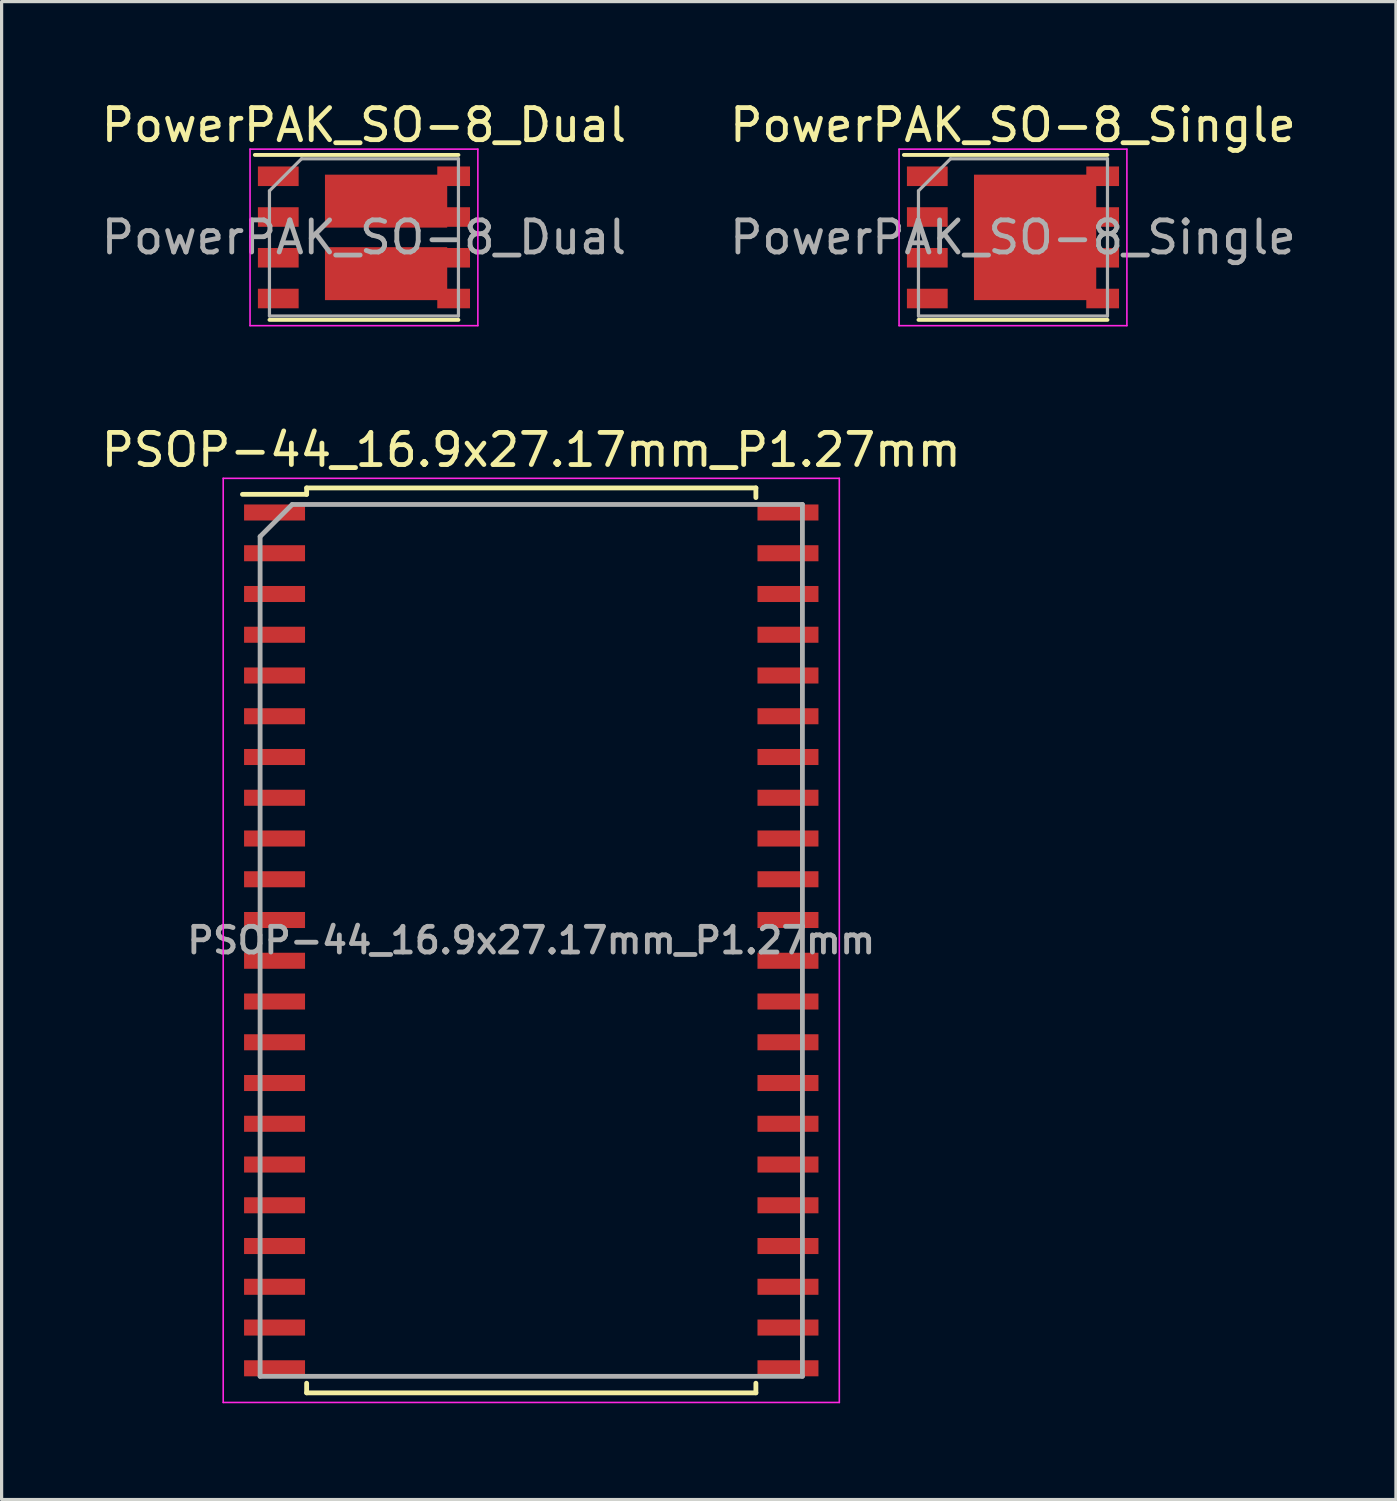
<source format=kicad_pcb>
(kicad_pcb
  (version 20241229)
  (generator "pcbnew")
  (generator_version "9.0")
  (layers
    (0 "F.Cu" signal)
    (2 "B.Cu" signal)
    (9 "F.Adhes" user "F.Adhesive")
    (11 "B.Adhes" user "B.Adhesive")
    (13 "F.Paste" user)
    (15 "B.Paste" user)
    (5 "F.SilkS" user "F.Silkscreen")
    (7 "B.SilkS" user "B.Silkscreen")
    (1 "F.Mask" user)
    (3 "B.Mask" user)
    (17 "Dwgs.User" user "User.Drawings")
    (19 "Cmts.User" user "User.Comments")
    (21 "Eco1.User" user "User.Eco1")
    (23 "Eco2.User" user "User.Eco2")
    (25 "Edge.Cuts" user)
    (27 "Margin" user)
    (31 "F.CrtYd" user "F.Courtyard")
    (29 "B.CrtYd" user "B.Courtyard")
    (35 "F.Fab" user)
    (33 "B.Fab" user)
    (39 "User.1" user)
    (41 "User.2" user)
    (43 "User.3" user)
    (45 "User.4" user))
  (footprint "PowerPAK_SO-8_Dual"
    (layer "F.Cu")
    (at 8.292 4.348)
    (property "Reference" "PowerPAK_SO-8_Dual" (at 0 -3.5 0) (layer "F.SilkS") (effects (font (size 1 1) (thickness 0.15))))
    (attr smd)
    (fp_line (start -3.4 -2.57) (end 2.945 -2.57) (stroke (width 0.12) (type solid)) (layer "F.SilkS"))
    (fp_line (start -2.945 2.57) (end 2.945 2.57) (stroke (width 0.12) (type solid)) (layer "F.SilkS"))
    (fp_line (start -3.55 -2.75) (end -3.55 2.75) (stroke (width 0.05) (type solid)) (layer "F.CrtYd"))
    (fp_line (start -3.55 -2.75) (end 3.55 -2.75) (stroke (width 0.05) (type solid)) (layer "F.CrtYd"))
    (fp_line (start -3.55 2.75) (end 3.55 2.75) (stroke (width 0.05) (type solid)) (layer "F.CrtYd"))
    (fp_line (start 3.55 -2.75) (end 3.55 2.75) (stroke (width 0.05) (type solid)) (layer "F.CrtYd"))
    (fp_line (start -2.945 2.45) (end -2.945 -1.45) (stroke (width 0.1) (type solid)) (layer "F.Fab"))
    (fp_line (start -1.945 -2.45) (end -2.945 -1.45) (stroke (width 0.1) (type solid)) (layer "F.Fab"))
    (fp_line (start -1.945 -2.45) (end 2.945 -2.45) (stroke (width 0.1) (type solid)) (layer "F.Fab"))
    (fp_line (start 2.945 -2.45) (end 2.945 2.45) (stroke (width 0.1) (type solid)) (layer "F.Fab"))
    (fp_line (start 2.945 2.45) (end -2.945 2.45) (stroke (width 0.1) (type solid)) (layer "F.Fab"))
    (fp_text user "${REFERENCE}" (at 0 0 0) (layer "F.Fab") (effects (font (size 1 1) (thickness 0.15))))
    (pad "1" smd rect (at -2.67 -1.905) (size 1.27 0.61) (layers "F.Cu" "F.Mask" "F.Paste"))
    (pad "2" smd rect (at -2.67 -0.635) (size 1.27 0.61) (layers "F.Cu" "F.Mask" "F.Paste"))
    (pad "3" smd rect (at -2.67 0.635) (size 1.27 0.61) (layers "F.Cu" "F.Mask" "F.Paste"))
    (pad "4" smd rect (at -2.67 1.905) (size 1.27 0.61) (layers "F.Cu" "F.Mask" "F.Paste"))
    (pad "5" smd rect (at 0.69 -1.13) (size 3.81 1.65) (layers "F.Cu" "F.Mask" "F.Paste"))
    (pad "5" smd rect (at 2.795 -1.905) (size 1.02 0.61) (layers "F.Cu" "F.Mask" "F.Paste"))
    (pad "5" smd rect (at 2.795 -0.635) (size 1.02 0.61) (layers "F.Cu" "F.Mask" "F.Paste"))
    (pad "6" smd rect (at 0.69 1.13) (size 3.81 1.65) (layers "F.Cu" "F.Mask" "F.Paste"))
    (pad "6" smd rect (at 2.795 0.635) (size 1.02 0.61) (layers "F.Cu" "F.Mask" "F.Paste"))
    (pad "6" smd rect (at 2.795 1.905) (size 1.02 0.61) (layers "F.Cu" "F.Mask" "F.Paste")))
  (footprint "PowerPAK_SO-8_Single"
    (layer "F.Cu")
    (at 28.518 4.348)
    (property "Reference" "PowerPAK_SO-8_Single" (at 0 -3.5 0) (layer "F.SilkS") (effects (font (size 1 1) (thickness 0.15))))
    (attr smd)
    (fp_line (start -3.4 -2.57) (end 2.945 -2.57) (stroke (width 0.12) (type solid)) (layer "F.SilkS"))
    (fp_line (start -2.945 2.57) (end 2.945 2.57) (stroke (width 0.12) (type solid)) (layer "F.SilkS"))
    (fp_line (start -3.55 -2.75) (end -3.55 2.75) (stroke (width 0.05) (type solid)) (layer "F.CrtYd"))
    (fp_line (start -3.55 -2.75) (end 3.55 -2.75) (stroke (width 0.05) (type solid)) (layer "F.CrtYd"))
    (fp_line (start -3.55 2.75) (end 3.55 2.75) (stroke (width 0.05) (type solid)) (layer "F.CrtYd"))
    (fp_line (start 3.55 -2.75) (end 3.55 2.75) (stroke (width 0.05) (type solid)) (layer "F.CrtYd"))
    (fp_line (start -2.945 2.45) (end -2.945 -1.45) (stroke (width 0.1) (type solid)) (layer "F.Fab"))
    (fp_line (start -1.945 -2.45) (end -2.945 -1.45) (stroke (width 0.1) (type solid)) (layer "F.Fab"))
    (fp_line (start -1.945 -2.45) (end 2.945 -2.45) (stroke (width 0.1) (type solid)) (layer "F.Fab"))
    (fp_line (start 2.945 -2.45) (end 2.945 2.45) (stroke (width 0.1) (type solid)) (layer "F.Fab"))
    (fp_line (start 2.945 2.45) (end -2.945 2.45) (stroke (width 0.1) (type solid)) (layer "F.Fab"))
    (fp_text user "${REFERENCE}" (at 0 0 0) (layer "F.Fab") (effects (font (size 1 1) (thickness 0.15))))
    (pad "1" smd rect (at -2.67 -1.905) (size 1.27 0.61) (layers "F.Cu" "F.Mask" "F.Paste"))
    (pad "2" smd rect (at -2.67 -0.635) (size 1.27 0.61) (layers "F.Cu" "F.Mask" "F.Paste"))
    (pad "3" smd rect (at -2.67 0.635) (size 1.27 0.61) (layers "F.Cu" "F.Mask" "F.Paste"))
    (pad "4" smd rect (at -2.67 1.905) (size 1.27 0.61) (layers "F.Cu" "F.Mask" "F.Paste"))
    (pad "5" smd rect (at 0.69 0) (size 3.81 3.91) (layers "F.Cu" "F.Mask" "F.Paste"))
    (pad "5" smd rect (at 2.795 -1.905) (size 1.02 0.61) (layers "F.Cu" "F.Mask" "F.Paste"))
    (pad "5" smd rect (at 2.795 -0.635) (size 1.02 0.61) (layers "F.Cu" "F.Mask" "F.Paste"))
    (pad "5" smd rect (at 2.795 0.635) (size 1.02 0.61) (layers "F.Cu" "F.Mask" "F.Paste"))
    (pad "5" smd rect (at 2.795 1.905) (size 1.02 0.61) (layers "F.Cu" "F.Mask" "F.Paste")))
  (footprint "PSOP-44_16.9x27.17mm_P1.27mm"
    (layer "F.Cu")
    (at 13.506 26.256)
    (property "Reference" "PSOP-44_16.9x27.17mm_P1.27mm" (at 0 -15.285 0) (layer "F.SilkS") (effects (font (size 1 1) (thickness 0.15))))
    (attr smd)
    (fp_line (start -7 -14.1) (end -7 -13.9) (stroke (width 0.15) (type solid)) (layer "F.SilkS"))
    (fp_line (start -7 -14.1) (end 7 -14.1) (stroke (width 0.15) (type solid)) (layer "F.SilkS"))
    (fp_line (start -7 -13.9) (end -9 -13.9) (stroke (width 0.15) (type solid)) (layer "F.SilkS"))
    (fp_line (start -7 13.8) (end -7 14.1) (stroke (width 0.15) (type solid)) (layer "F.SilkS"))
    (fp_line (start -7 14.1) (end 7 14.1) (stroke (width 0.15) (type solid)) (layer "F.SilkS"))
    (fp_line (start 7 -14.1) (end 7 -13.8) (stroke (width 0.15) (type solid)) (layer "F.SilkS"))
    (fp_line (start 7 13.8) (end 7 14.1) (stroke (width 0.15) (type solid)) (layer "F.SilkS"))
    (fp_line (start -9.6 -14.4) (end -9.6 14.4) (stroke (width 0.05) (type solid)) (layer "F.CrtYd"))
    (fp_line (start -9.6 -14.4) (end 9.6 -14.4) (stroke (width 0.05) (type solid)) (layer "F.CrtYd"))
    (fp_line (start -9.6 14.4) (end 9.6 14.4) (stroke (width 0.05) (type solid)) (layer "F.CrtYd"))
    (fp_line (start 9.6 -14.4) (end 9.6 14.4) (stroke (width 0.05) (type solid)) (layer "F.CrtYd"))
    (fp_line (start -8.45 -12.585) (end -7.45 -13.585) (stroke (width 0.15) (type solid)) (layer "F.Fab"))
    (fp_line (start -8.45 13.585) (end -8.45 -12.585) (stroke (width 0.15) (type solid)) (layer "F.Fab"))
    (fp_line (start -7.45 -13.585) (end 8.45 -13.585) (stroke (width 0.15) (type solid)) (layer "F.Fab"))
    (fp_line (start 8.45 -13.585) (end 8.45 13.585) (stroke (width 0.15) (type solid)) (layer "F.Fab"))
    (fp_line (start 8.45 13.585) (end -8.45 13.585) (stroke (width 0.15) (type solid)) (layer "F.Fab"))
    (fp_text user "${REFERENCE}" (at 0 0 0) (layer "F.Fab") (effects (font (size 0.8 0.8) (thickness 0.15))))
    (pad "1" smd rect (at -8 -13.335 270) (size 0.5 1.9) (layers "F.Cu" "F.Mask" "F.Paste"))
    (pad "2" smd rect (at -8 -12.065 270) (size 0.5 1.9) (layers "F.Cu" "F.Mask" "F.Paste"))
    (pad "3" smd rect (at -8 -10.795 270) (size 0.5 1.9) (layers "F.Cu" "F.Mask" "F.Paste"))
    (pad "4" smd rect (at -8 -9.525 270) (size 0.5 1.9) (layers "F.Cu" "F.Mask" "F.Paste"))
    (pad "5" smd rect (at -8 -8.255 270) (size 0.5 1.9) (layers "F.Cu" "F.Mask" "F.Paste"))
    (pad "6" smd rect (at -8 -6.985 270) (size 0.5 1.9) (layers "F.Cu" "F.Mask" "F.Paste"))
    (pad "7" smd rect (at -8 -5.715 270) (size 0.5 1.9) (layers "F.Cu" "F.Mask" "F.Paste"))
    (pad "8" smd rect (at -8 -4.445 270) (size 0.5 1.9) (layers "F.Cu" "F.Mask" "F.Paste"))
    (pad "9" smd rect (at -8 -3.175 270) (size 0.5 1.9) (layers "F.Cu" "F.Mask" "F.Paste"))
    (pad "10" smd rect (at -8 -1.905 270) (size 0.5 1.9) (layers "F.Cu" "F.Mask" "F.Paste"))
    (pad "11" smd rect (at -8 -0.635 270) (size 0.5 1.9) (layers "F.Cu" "F.Mask" "F.Paste"))
    (pad "12" smd rect (at -8 0.635 270) (size 0.5 1.9) (layers "F.Cu" "F.Mask" "F.Paste"))
    (pad "13" smd rect (at -8 1.905 270) (size 0.5 1.9) (layers "F.Cu" "F.Mask" "F.Paste"))
    (pad "14" smd rect (at -8 3.175 270) (size 0.5 1.9) (layers "F.Cu" "F.Mask" "F.Paste"))
    (pad "15" smd rect (at -8 4.445 270) (size 0.5 1.9) (layers "F.Cu" "F.Mask" "F.Paste"))
    (pad "16" smd rect (at -8 5.715 270) (size 0.5 1.9) (layers "F.Cu" "F.Mask" "F.Paste"))
    (pad "17" smd rect (at -8 6.985 270) (size 0.5 1.9) (layers "F.Cu" "F.Mask" "F.Paste"))
    (pad "18" smd rect (at -8 8.255 270) (size 0.5 1.9) (layers "F.Cu" "F.Mask" "F.Paste"))
    (pad "19" smd rect (at -8 9.525 270) (size 0.5 1.9) (layers "F.Cu" "F.Mask" "F.Paste"))
    (pad "20" smd rect (at -8 10.795 270) (size 0.5 1.9) (layers "F.Cu" "F.Mask" "F.Paste"))
    (pad "21" smd rect (at -8 12.065 270) (size 0.5 1.9) (layers "F.Cu" "F.Mask" "F.Paste"))
    (pad "22" smd rect (at -8 13.335 270) (size 0.5 1.9) (layers "F.Cu" "F.Mask" "F.Paste"))
    (pad "23" smd rect (at 8 13.335 270) (size 0.5 1.9) (layers "F.Cu" "F.Mask" "F.Paste"))
    (pad "24" smd rect (at 8 12.065 270) (size 0.5 1.9) (layers "F.Cu" "F.Mask" "F.Paste"))
    (pad "25" smd rect (at 8 10.795 270) (size 0.5 1.9) (layers "F.Cu" "F.Mask" "F.Paste"))
    (pad "26" smd rect (at 8 9.525 270) (size 0.5 1.9) (layers "F.Cu" "F.Mask" "F.Paste"))
    (pad "27" smd rect (at 8 8.255 270) (size 0.5 1.9) (layers "F.Cu" "F.Mask" "F.Paste"))
    (pad "28" smd rect (at 8 6.985 270) (size 0.5 1.9) (layers "F.Cu" "F.Mask" "F.Paste"))
    (pad "29" smd rect (at 8 5.715 270) (size 0.5 1.9) (layers "F.Cu" "F.Mask" "F.Paste"))
    (pad "30" smd rect (at 8 4.445 270) (size 0.5 1.9) (layers "F.Cu" "F.Mask" "F.Paste"))
    (pad "31" smd rect (at 8 3.175 270) (size 0.5 1.9) (layers "F.Cu" "F.Mask" "F.Paste"))
    (pad "32" smd rect (at 8 1.905 270) (size 0.5 1.9) (layers "F.Cu" "F.Mask" "F.Paste"))
    (pad "33" smd rect (at 8 0.635 270) (size 0.5 1.9) (layers "F.Cu" "F.Mask" "F.Paste"))
    (pad "34" smd rect (at 8 -0.635 270) (size 0.5 1.9) (layers "F.Cu" "F.Mask" "F.Paste"))
    (pad "35" smd rect (at 8 -1.905 270) (size 0.5 1.9) (layers "F.Cu" "F.Mask" "F.Paste"))
    (pad "36" smd rect (at 8 -3.175 270) (size 0.5 1.9) (layers "F.Cu" "F.Mask" "F.Paste"))
    (pad "37" smd rect (at 8 -4.445 270) (size 0.5 1.9) (layers "F.Cu" "F.Mask" "F.Paste"))
    (pad "38" smd rect (at 8 -5.715 270) (size 0.5 1.9) (layers "F.Cu" "F.Mask" "F.Paste"))
    (pad "39" smd rect (at 8 -6.985 270) (size 0.5 1.9) (layers "F.Cu" "F.Mask" "F.Paste"))
    (pad "40" smd rect (at 8 -8.255 270) (size 0.5 1.9) (layers "F.Cu" "F.Mask" "F.Paste"))
    (pad "41" smd rect (at 8 -9.525 270) (size 0.5 1.9) (layers "F.Cu" "F.Mask" "F.Paste"))
    (pad "42" smd rect (at 8 -10.795 270) (size 0.5 1.9) (layers "F.Cu" "F.Mask" "F.Paste"))
    (pad "43" smd rect (at 8 -12.065 270) (size 0.5 1.9) (layers "F.Cu" "F.Mask" "F.Paste"))
    (pad "44" smd rect (at 8 -13.335 270) (size 0.5 1.9) (layers "F.Cu" "F.Mask" "F.Paste")))
  (gr_rect
    (start -3 -3)
    (end 40.452 43.681)
    (stroke (width 0.1) (type default))
    (fill no)
    (layer "Edge.Cuts")))
</source>
